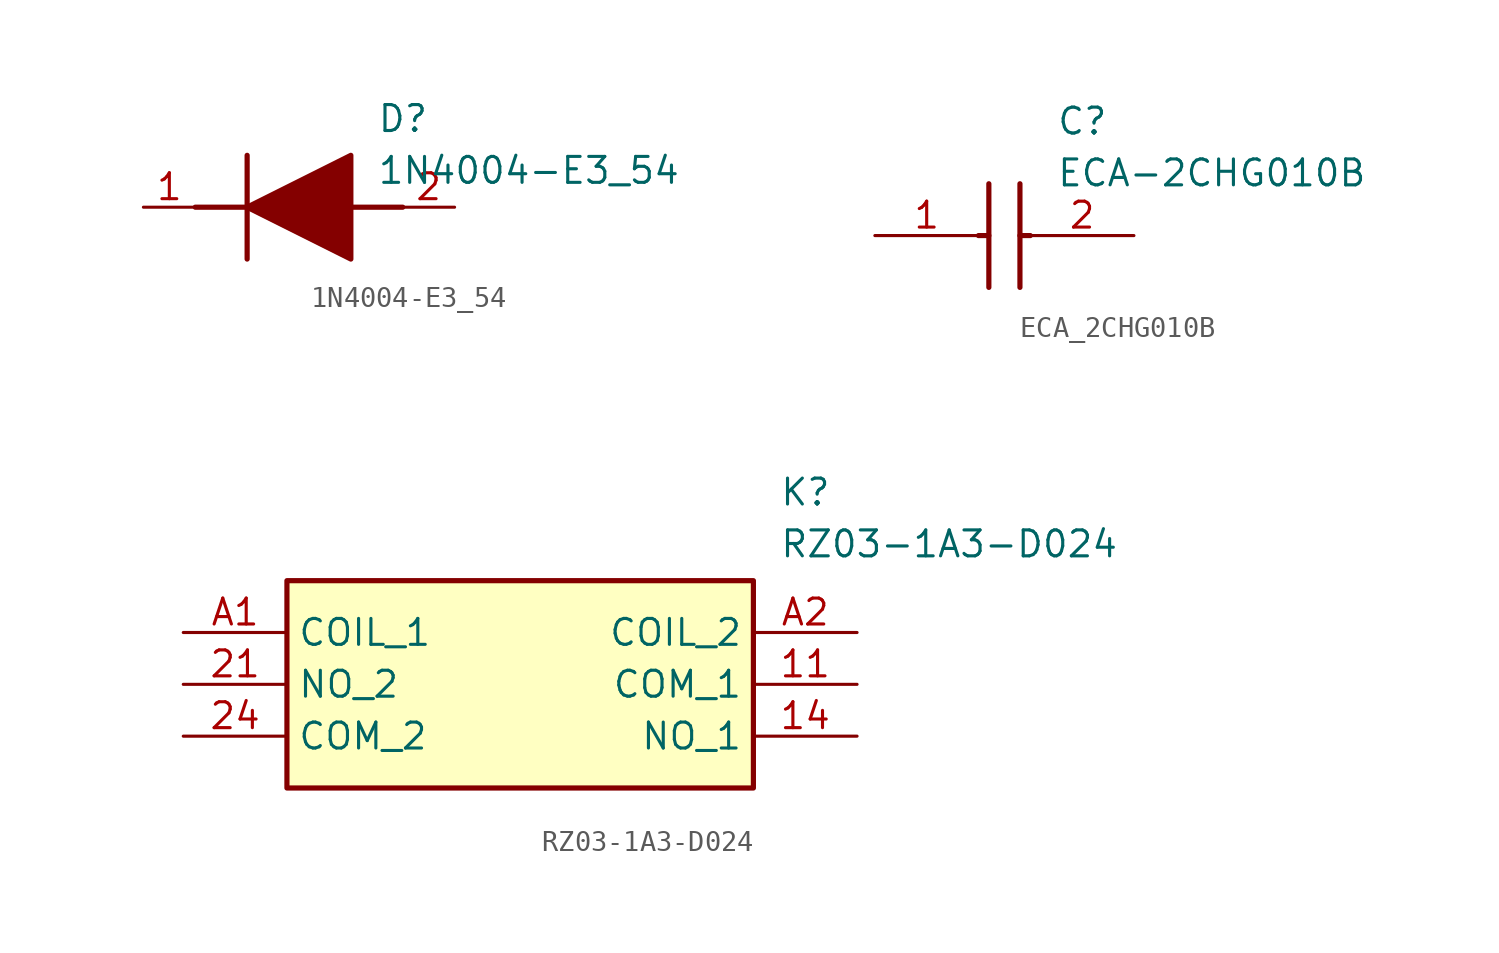
<source format=kicad_sym>
(kicad_symbol_lib
  (version 20241209)
  (generator "kicad_symbol_editor")
  (generator_version "9.0")
  (symbol "1N4004-E3_54"
    (pin_names hide)
    (property "Reference" "D"
      (at 11.43 5.08 0)
      (effects (font (size 1.27 1.27)) (justify left top)))
    (property "Value" "1N4004-E3_54"
      (at 11.43 2.54 0)
      (effects (font (size 1.27 1.27)) (justify left top)))
    (polyline
      (pts (xy 5.08 2.54) (xy 5.08 -2.54))
      (stroke (width 0.254) (type default))
      (fill (type none)))
    (polyline
      (pts (xy 2.54 0) (xy 5.08 0))
      (stroke (width 0.254) (type default))
      (fill (type none)))
    (polyline
      (pts (xy 10.16 0) (xy 12.7 0))
      (stroke (width 0.254) (type default))
      (fill (type none)))
    (polyline
      (pts (xy 5.08 0) (xy 10.16 2.54) (xy 10.16 -2.54) (xy 5.08 0))
      (stroke (width 0.254) (type default))
      (fill (type outline)))
    (pin passive line
      (at 0 0 0)
      (length 2.54)
      (name "K" (effects (font (size 1.27 1.27))))
      (number "1" (effects (font (size 1.27 1.27)))))
    (pin passive line
      (at 15.24 0 180)
      (length 2.54)
      (name "A" (effects (font (size 1.27 1.27))))
      (number "2" (effects (font (size 1.27 1.27))))))
  (symbol "ECA_2CHG010B"
    (pin_names hide)
    (property "Reference" "C"
      (at 8.89 6.35 0)
      (effects (font (size 1.27 1.27)) (justify left top)))
    (property "Value" "ECA-2CHG010B"
      (at 8.89 3.81 0)
      (effects (font (size 1.27 1.27)) (justify left top)))
    (polyline
      (pts (xy 5.588 2.54) (xy 5.588 -2.54))
      (stroke (width 0.254) (type default))
      (fill (type none)))
    (polyline
      (pts (xy 7.112 2.54) (xy 7.112 -2.54))
      (stroke (width 0.254) (type default))
      (fill (type none)))
    (polyline
      (pts (xy 5.08 0) (xy 5.588 0))
      (stroke (width 0.254) (type default))
      (fill (type none)))
    (polyline
      (pts (xy 7.112 0) (xy 7.62 0))
      (stroke (width 0.254) (type default))
      (fill (type none)))
    (pin passive line
      (at 0 0 0)
      (length 5.08)
      (name "+" (effects (font (size 1.27 1.27))))
      (number "1" (effects (font (size 1.27 1.27)))))
    (pin passive line
      (at 12.7 0 180)
      (length 5.08)
      (name "-" (effects (font (size 1.27 1.27))))
      (number "2" (effects (font (size 1.27 1.27))))))
  (symbol "RZ03-1A3-D024"
    (property "Reference" "K"
      (at 29.21 7.62 0)
      (effects (font (size 1.27 1.27)) (justify left top)))
    (property "Value" "RZ03-1A3-D024"
      (at 29.21 5.08 0)
      (effects (font (size 1.27 1.27)) (justify left top)))
    (symbol "RZ03-1A3-D024_1_1"
      (rectangle (start 5.08 2.54) (end 27.94 -7.62) (stroke (width 0.254) (type default)) (fill (type background)))
      (pin passive line (at 0 0 0) (length 5.08) (name "COIL_1" (effects (font (size 1.27 1.27)))) (number "A1" (effects (font (size 1.27 1.27)))))
      (pin passive line (at 0 -2.54 0) (length 5.08) (name "NO_2" (effects (font (size 1.27 1.27)))) (number "21" (effects (font (size 1.27 1.27)))))
      (pin passive line (at 0 -5.08 0) (length 5.08) (name "COM_2" (effects (font (size 1.27 1.27)))) (number "24" (effects (font (size 1.27 1.27)))))
      (pin passive line (at 33.02 0 180) (length 5.08) (name "COIL_2" (effects (font (size 1.27 1.27)))) (number "A2" (effects (font (size 1.27 1.27)))))
      (pin passive line (at 33.02 -2.54 180) (length 5.08) (name "COM_1" (effects (font (size 1.27 1.27)))) (number "11" (effects (font (size 1.27 1.27)))))
      (pin passive line (at 33.02 -5.08 180) (length 5.08) (name "NO_1" (effects (font (size 1.27 1.27)))) (number "14" (effects (font (size 1.27 1.27))))))))
</source>
